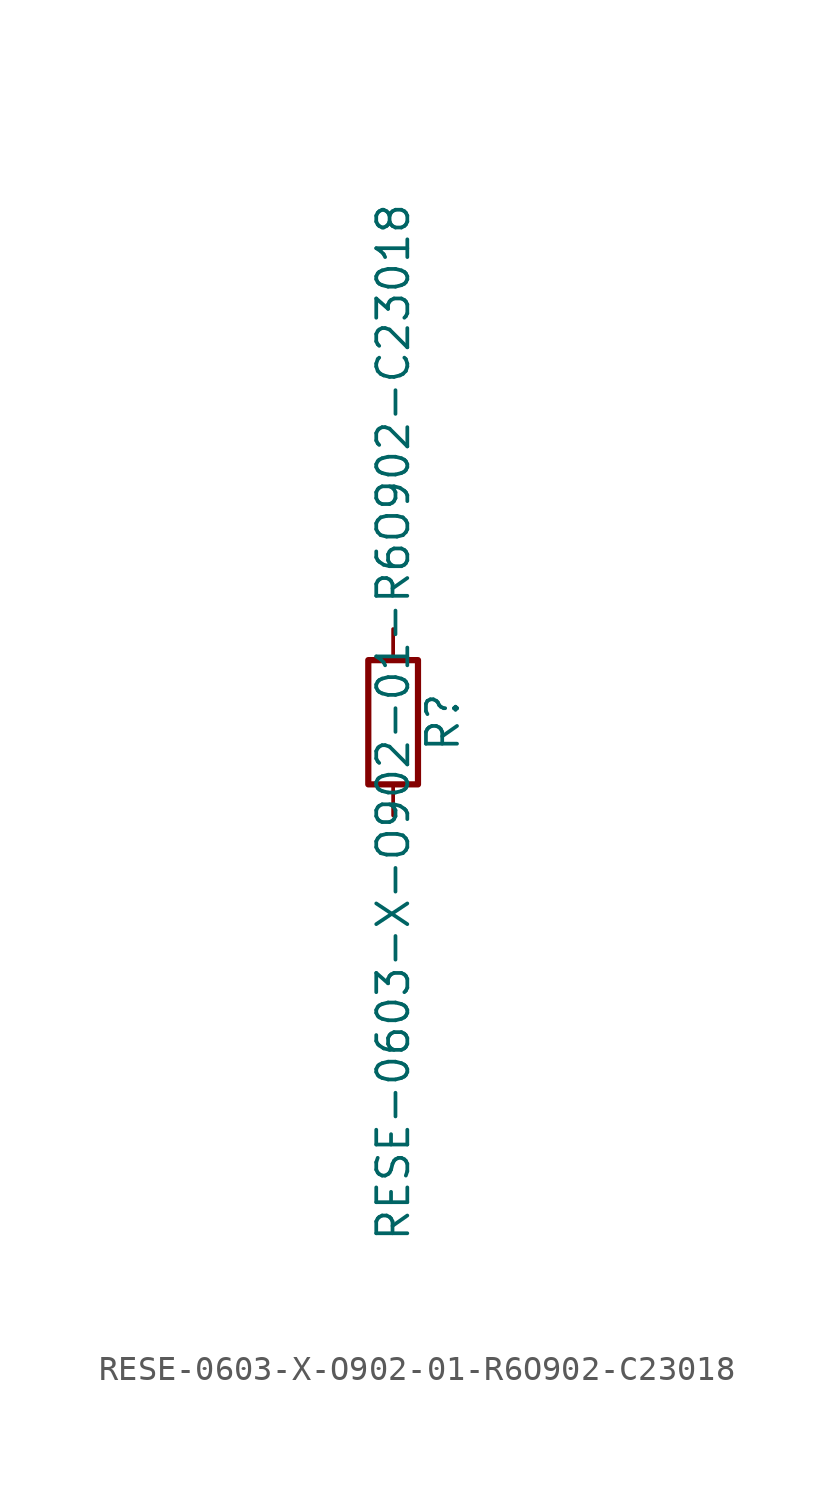
<source format=kicad_sym>
(kicad_symbol_lib
  (version 20211014)
  (generator kicad_symbol_editor)
  (symbol "RESE-0603-X-O902-01-R6O902-C23018"
    (pin_numbers hide)
    (pin_names
      (offset 0))
    (property "Reference" "R"
      (at 2.032 0 90)
      (effects (font (size 1.27 1.27))))
    (property "Value" "RESE-0603-X-O902-01-R6O902-C23018"
      (at 0 0 90)
      (effects (font (size 1.27 1.27))))
    (symbol "RESE-0603-X-O902-01-R6O902-C23018_0_1"
      (rectangle (start -1.016 -2.54) (end 1.016 2.54) (stroke (width 0.254) (type default) (color 0 0 0 0)) (fill (type none))))
    (symbol "RESE-0603-X-O902-01-R6O902-C23018_1_1"
      (pin passive line (at 0 3.81 270) (length 1.27) (name "~" (effects (font (size 1.27 1.27)))) (number "1" (effects (font (size 1.27 1.27)))))
      (pin passive line (at 0 -3.81 90) (length 1.27) (name "~" (effects (font (size 1.27 1.27)))) (number "2" (effects (font (size 1.27 1.27))))))))
</source>
